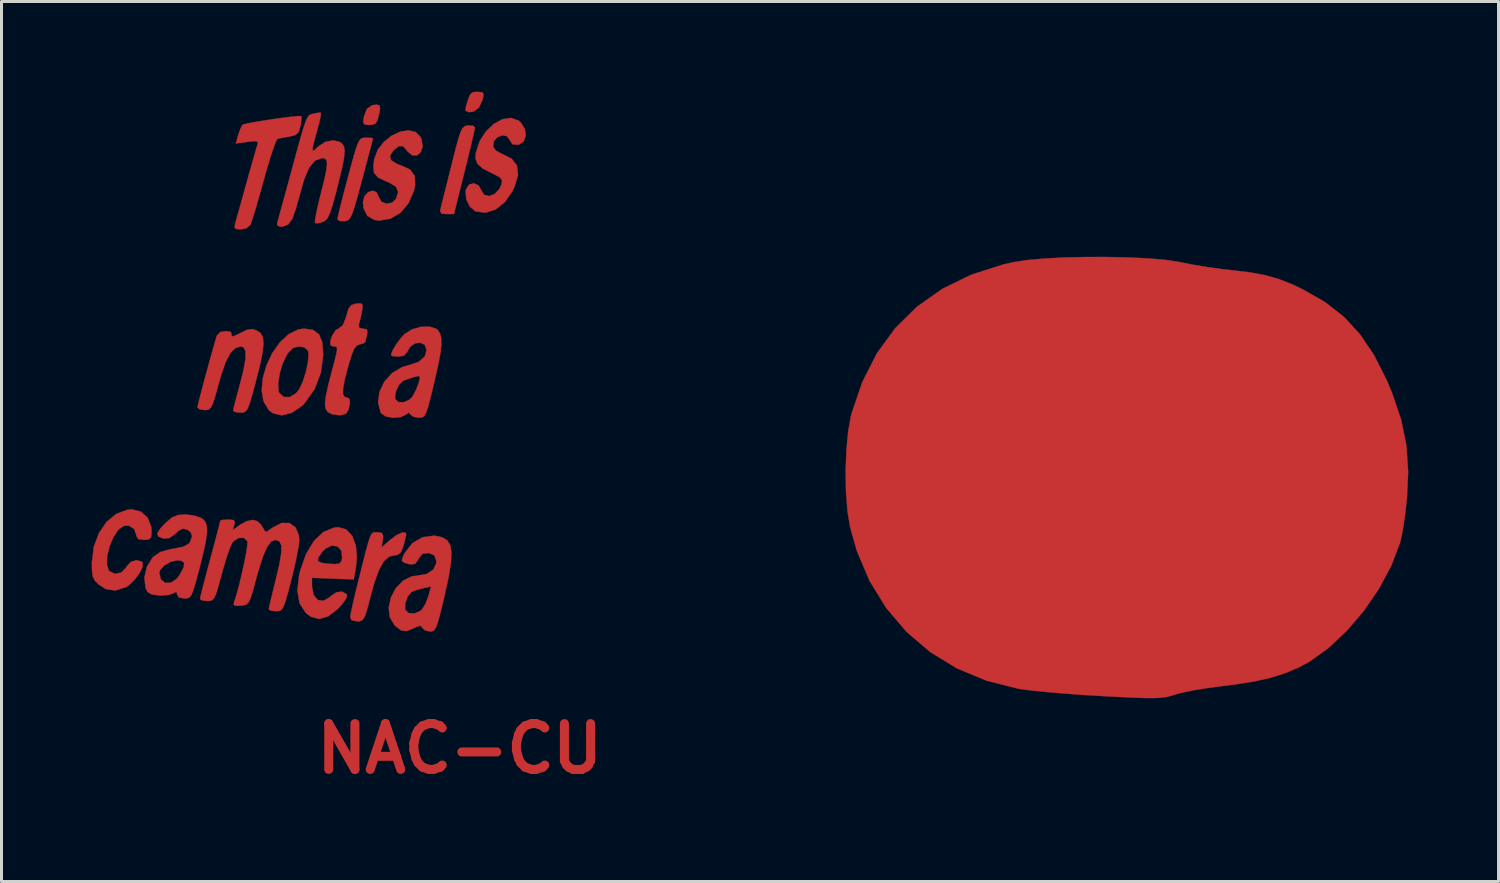
<source format=kicad_pcb>
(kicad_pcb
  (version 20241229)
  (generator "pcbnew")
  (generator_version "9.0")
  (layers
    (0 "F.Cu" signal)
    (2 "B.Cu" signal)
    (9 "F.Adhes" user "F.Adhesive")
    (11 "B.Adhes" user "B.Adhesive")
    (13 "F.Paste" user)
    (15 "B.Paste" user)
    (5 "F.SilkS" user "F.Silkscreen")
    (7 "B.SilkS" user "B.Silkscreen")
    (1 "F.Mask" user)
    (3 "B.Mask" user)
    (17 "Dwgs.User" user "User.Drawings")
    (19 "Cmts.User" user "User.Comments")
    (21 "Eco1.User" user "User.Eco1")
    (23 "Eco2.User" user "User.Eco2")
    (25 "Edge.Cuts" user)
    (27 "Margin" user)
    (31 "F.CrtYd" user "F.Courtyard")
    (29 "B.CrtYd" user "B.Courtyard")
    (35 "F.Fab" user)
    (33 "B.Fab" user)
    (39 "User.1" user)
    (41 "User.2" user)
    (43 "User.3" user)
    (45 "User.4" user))
  (footprint "NAC-CU"
    (layer "F.Cu")
    (at 12.237 21.849)
    (property "Reference" "NAC-CU" (at 0 0 0) (layer "F.Cu") (effects (font (size 1.524 1.524) (thickness 0.3))))
    (attr through_hole)
    (fp_poly (pts (xy -2.665 -21.394) (xy -2.646 -21.285) (xy -2.67 -21.145) (xy -2.731 -20.904) (xy -2.802 -20.785) (xy -2.921 -20.746) (xy -3.021 -20.743) (xy -3.167 -20.76) (xy -3.209 -20.844) (xy -3.184 -21.014) (xy -3.087 -21.276) (xy -2.914 -21.4) (xy -2.766 -21.419) (xy -2.665 -21.394)) (stroke (width 0.01) (type solid)) (fill yes) (layer "F.Cu"))
    (fp_poly (pts (xy 0.754 -21.832) (xy 0.799 -21.762) (xy 0.76 -21.583) (xy 0.758 -21.575) (xy 0.637 -21.31) (xy 0.452 -21.186) (xy 0.312 -21.168) (xy 0.198 -21.215) (xy 0.199 -21.315) (xy 0.282 -21.599) (xy 0.348 -21.758) (xy 0.425 -21.827) (xy 0.54 -21.844) (xy 0.592 -21.844) (xy 0.754 -21.832)) (stroke (width 0.01) (type solid)) (fill yes) (layer "F.Cu"))
    (fp_poly (pts (xy 0.446 -20.718) (xy 0.508 -20.663) (xy 0.488 -20.553) (xy 0.434 -20.309) (xy 0.351 -19.959) (xy 0.247 -19.532) (xy 0.159 -19.175) (xy -0.19 -17.78) (xy -0.435 -17.78) (xy -0.605 -17.796) (xy -0.648 -17.879) (xy -0.622 -18.013) (xy -0.581 -18.176) (xy -0.507 -18.468) (xy -0.411 -18.852) (xy -0.301 -19.292) (xy -0.255 -19.473) (xy -0.136 -19.946) (xy -0.045 -20.28) (xy 0.027 -20.499) (xy 0.091 -20.629) (xy 0.158 -20.695) (xy 0.239 -20.722) (xy 0.28 -20.728) (xy 0.446 -20.718)) (stroke (width 0.01) (type solid)) (fill yes) (layer "F.Cu"))
    (fp_poly (pts (xy -2.948 -20.314) (xy -2.881 -20.299) (xy -2.902 -20.214) (xy -2.96 -19.994) (xy -3.048 -19.664) (xy -3.157 -19.254) (xy -3.245 -18.923) (xy -3.38 -18.423) (xy -3.482 -18.064) (xy -3.561 -17.821) (xy -3.629 -17.67) (xy -3.694 -17.589) (xy -3.767 -17.553) (xy -3.835 -17.542) (xy -4.005 -17.552) (xy -4.064 -17.611) (xy -4.043 -17.723) (xy -3.985 -17.967) (xy -3.897 -18.315) (xy -3.787 -18.735) (xy -3.713 -19.014) (xy -3.581 -19.502) (xy -3.482 -19.851) (xy -3.405 -20.083) (xy -3.34 -20.222) (xy -3.276 -20.292) (xy -3.202 -20.317) (xy -3.12 -20.32) (xy -2.948 -20.314)) (stroke (width 0.01) (type solid)) (fill yes) (layer "F.Cu"))
    (fp_poly (pts (xy -2.77 -7.197) (xy -2.739 -7.197) (xy -2.588 -7.176) (xy -2.545 -7.079) (xy -2.557 -6.947) (xy -2.594 -6.698) (xy -2.31 -6.947) (xy -2.09 -7.11) (xy -1.907 -7.192) (xy -1.796 -7.182) (xy -1.778 -7.133) (xy -1.8 -7.017) (xy -1.852 -6.809) (xy -1.867 -6.752) (xy -1.952 -6.534) (xy -2.066 -6.444) (xy -2.148 -6.435) (xy -2.35 -6.385) (xy -2.526 -6.227) (xy -2.685 -5.942) (xy -2.838 -5.516) (xy -2.943 -5.137) (xy -3.046 -4.742) (xy -3.123 -4.483) (xy -3.189 -4.331) (xy -3.259 -4.258) (xy -3.346 -4.235) (xy -3.407 -4.233) (xy -3.596 -4.275) (xy -3.641 -4.365) (xy -3.621 -4.495) (xy -3.567 -4.752) (xy -3.487 -5.1) (xy -3.389 -5.503) (xy -3.382 -5.529) (xy -3.241 -6.093) (xy -3.135 -6.513) (xy -3.055 -6.811) (xy -2.993 -7.008) (xy -2.942 -7.124) (xy -2.893 -7.18) (xy -2.838 -7.198) (xy -2.77 -7.197)) (stroke (width 0.01) (type solid)) (fill yes) (layer "F.Cu"))
    (fp_poly (pts (xy -4.872 -13.925) (xy -4.674 -13.778) (xy -4.567 -13.511) (xy -4.538 -13.106) (xy -4.538 -13.093) (xy -4.619 -12.493) (xy -4.832 -11.944) (xy -5.159 -11.486) (xy -5.26 -11.388) (xy -5.59 -11.166) (xy -5.914 -11.086) (xy -6.205 -11.152) (xy -6.345 -11.256) (xy -6.521 -11.544) (xy -6.584 -11.91) (xy -6.562 -12.153) (xy -6.036 -12.153) (xy -6.025 -11.903) (xy -6.001 -11.834) (xy -5.852 -11.698) (xy -5.653 -11.694) (xy -5.449 -11.814) (xy -5.335 -11.957) (xy -5.213 -12.216) (xy -5.112 -12.537) (xy -5.045 -12.859) (xy -5.025 -13.124) (xy -5.044 -13.236) (xy -5.17 -13.348) (xy -5.336 -13.377) (xy -5.536 -13.331) (xy -5.702 -13.166) (xy -5.751 -13.091) (xy -5.887 -12.805) (xy -5.986 -12.473) (xy -6.036 -12.153) (xy -6.562 -12.153) (xy -6.547 -12.323) (xy -6.425 -12.75) (xy -6.231 -13.158) (xy -5.98 -13.515) (xy -5.686 -13.788) (xy -5.362 -13.945) (xy -5.175 -13.97) (xy -4.872 -13.925)) (stroke (width 0.01) (type solid)) (fill yes) (layer "F.Cu"))
    (fp_poly (pts (xy -10.597 -7.883) (xy -10.374 -7.677) (xy -10.256 -7.371) (xy -10.245 -7.228) (xy -10.26 -7.034) (xy -10.338 -6.956) (xy -10.499 -6.943) (xy -10.687 -6.971) (xy -10.751 -7.072) (xy -10.753 -7.102) (xy -10.824 -7.305) (xy -10.999 -7.416) (xy -11.173 -7.409) (xy -11.353 -7.279) (xy -11.514 -7.037) (xy -11.642 -6.733) (xy -11.72 -6.414) (xy -11.735 -6.129) (xy -11.669 -5.926) (xy -11.652 -5.906) (xy -11.459 -5.814) (xy -11.252 -5.86) (xy -11.088 -6.032) (xy -11.071 -6.065) (xy -10.939 -6.209) (xy -10.754 -6.269) (xy -10.588 -6.23) (xy -10.54 -6.179) (xy -10.544 -6.045) (xy -10.642 -5.846) (xy -10.799 -5.631) (xy -10.983 -5.449) (xy -11.095 -5.374) (xy -11.45 -5.26) (xy -11.77 -5.308) (xy -11.997 -5.454) (xy -12.129 -5.585) (xy -12.2 -5.726) (xy -12.228 -5.934) (xy -12.232 -6.195) (xy -12.169 -6.708) (xy -12 -7.166) (xy -11.744 -7.542) (xy -11.419 -7.811) (xy -11.046 -7.947) (xy -10.897 -7.959) (xy -10.597 -7.883)) (stroke (width 0.01) (type solid)) (fill yes) (layer "F.Cu"))
    (fp_poly (pts (xy -3.769 -7.29) (xy -3.574 -7.078) (xy -3.452 -6.757) (xy -3.417 -6.353) (xy -3.453 -6.011) (xy -3.522 -5.63) (xy -4.216 -5.656) (xy -4.911 -5.682) (xy -4.911 -5.398) (xy -4.858 -5.111) (xy -4.722 -4.946) (xy -4.531 -4.917) (xy -4.317 -5.038) (xy -4.272 -5.084) (xy -4.093 -5.203) (xy -3.904 -5.223) (xy -3.766 -5.142) (xy -3.745 -5.099) (xy -3.781 -4.984) (xy -3.911 -4.802) (xy -4.046 -4.654) (xy -4.373 -4.4) (xy -4.677 -4.313) (xy -4.961 -4.393) (xy -5.121 -4.52) (xy -5.324 -4.835) (xy -5.397 -5.246) (xy -5.342 -5.759) (xy -5.302 -5.927) (xy -5.193 -6.236) (xy -4.713 -6.236) (xy -4.578 -6.179) (xy -4.424 -6.158) (xy -4.151 -6.138) (xy -4.002 -6.156) (xy -3.934 -6.23) (xy -3.909 -6.34) (xy -3.933 -6.583) (xy -4.06 -6.725) (xy -4.25 -6.755) (xy -4.46 -6.658) (xy -4.566 -6.55) (xy -4.705 -6.349) (xy -4.713 -6.236) (xy -5.193 -6.236) (xy -5.107 -6.477) (xy -4.848 -6.907) (xy -4.537 -7.204) (xy -4.185 -7.351) (xy -4.029 -7.366) (xy -3.769 -7.29)) (stroke (width 0.01) (type solid)) (fill yes) (layer "F.Cu"))
    (fp_poly (pts (xy -1.467 -20.51) (xy -1.299 -20.342) (xy -1.273 -20.284) (xy -1.231 -20.035) (xy -1.29 -19.842) (xy -1.416 -19.732) (xy -1.576 -19.731) (xy -1.738 -19.865) (xy -1.758 -19.897) (xy -1.888 -20.041) (xy -2.029 -20.035) (xy -2.199 -19.899) (xy -2.319 -19.717) (xy -2.276 -19.566) (xy -2.07 -19.441) (xy -1.939 -19.396) (xy -1.644 -19.257) (xy -1.495 -19.048) (xy -1.48 -18.749) (xy -1.519 -18.56) (xy -1.699 -18.141) (xy -1.97 -17.822) (xy -2.305 -17.623) (xy -2.677 -17.564) (xy -2.836 -17.586) (xy -3.069 -17.718) (xy -3.197 -17.972) (xy -3.217 -18.168) (xy -3.166 -18.375) (xy -3.043 -18.51) (xy -2.892 -18.558) (xy -2.76 -18.503) (xy -2.694 -18.352) (xy -2.603 -18.191) (xy -2.432 -18.125) (xy -2.245 -18.161) (xy -2.117 -18.287) (xy -2.046 -18.51) (xy -2.113 -18.681) (xy -2.332 -18.822) (xy -2.455 -18.872) (xy -2.718 -18.997) (xy -2.849 -19.154) (xy -2.872 -19.39) (xy -2.841 -19.606) (xy -2.725 -19.916) (xy -2.522 -20.181) (xy -2.264 -20.386) (xy -1.981 -20.518) (xy -1.705 -20.564) (xy -1.467 -20.51)) (stroke (width 0.01) (type solid)) (fill yes) (layer "F.Cu"))
    (fp_poly (pts (xy -5.265 -21.037) (xy -5.265 -21.037) (xy -5.262 -20.948) (xy -5.287 -20.757) (xy -5.295 -20.712) (xy -5.355 -20.504) (xy -5.47 -20.404) (xy -5.661 -20.358) (xy -5.889 -20.317) (xy -6.046 -20.283) (xy -6.059 -20.28) (xy -6.11 -20.193) (xy -6.195 -19.97) (xy -6.303 -19.639) (xy -6.427 -19.228) (xy -6.516 -18.911) (xy -6.645 -18.449) (xy -6.763 -18.037) (xy -6.862 -17.706) (xy -6.933 -17.487) (xy -6.959 -17.42) (xy -7.104 -17.302) (xy -7.278 -17.272) (xy -7.441 -17.283) (xy -7.488 -17.351) (xy -7.45 -17.525) (xy -7.444 -17.547) (xy -7.391 -17.732) (xy -7.305 -18.039) (xy -7.196 -18.428) (xy -7.077 -18.857) (xy -7.063 -18.91) (xy -6.947 -19.323) (xy -6.845 -19.683) (xy -6.766 -19.955) (xy -6.72 -20.104) (xy -6.716 -20.116) (xy -6.72 -20.185) (xy -6.825 -20.205) (xy -7.058 -20.181) (xy -7.445 -20.128) (xy -7.365 -20.409) (xy -7.292 -20.616) (xy -7.224 -20.745) (xy -7.219 -20.75) (xy -7.119 -20.781) (xy -6.895 -20.826) (xy -6.589 -20.878) (xy -6.241 -20.931) (xy -5.893 -20.98) (xy -5.587 -21.018) (xy -5.364 -21.039) (xy -5.265 -21.037)) (stroke (width 0.01) (type solid)) (fill yes) (layer "F.Cu"))
    (fp_poly (pts (xy 1.956 -20.892) (xy 2.028 -20.832) (xy 2.167 -20.614) (xy 2.199 -20.384) (xy 2.129 -20.192) (xy 1.965 -20.087) (xy 1.937 -20.083) (xy 1.754 -20.101) (xy 1.67 -20.231) (xy 1.572 -20.371) (xy 1.417 -20.399) (xy 1.256 -20.336) (xy 1.138 -20.201) (xy 1.115 -20.014) (xy 1.209 -19.887) (xy 1.396 -19.787) (xy 1.397 -19.787) (xy 1.728 -19.623) (xy 1.908 -19.389) (xy 1.941 -19.079) (xy 1.826 -18.689) (xy 1.757 -18.544) (xy 1.505 -18.179) (xy 1.199 -17.934) (xy 0.866 -17.826) (xy 0.534 -17.868) (xy 0.528 -17.87) (xy 0.34 -18.024) (xy 0.22 -18.273) (xy 0.198 -18.549) (xy 0.209 -18.602) (xy 0.313 -18.762) (xy 0.475 -18.804) (xy 0.631 -18.731) (xy 0.712 -18.584) (xy 0.814 -18.42) (xy 0.978 -18.378) (xy 1.161 -18.446) (xy 1.321 -18.613) (xy 1.395 -18.777) (xy 1.409 -18.903) (xy 1.337 -18.999) (xy 1.147 -19.103) (xy 1.076 -19.136) (xy 0.76 -19.298) (xy 0.584 -19.459) (xy 0.524 -19.649) (xy 0.541 -19.832) (xy 0.666 -20.208) (xy 0.873 -20.529) (xy 1.133 -20.777) (xy 1.419 -20.933) (xy 1.703 -20.978) (xy 1.956 -20.892)) (stroke (width 0.01) (type solid)) (fill yes) (layer "F.Cu"))
    (fp_poly (pts (xy -6.741 -13.905) (xy -6.616 -13.818) (xy -6.544 -13.679) (xy -6.524 -13.466) (xy -6.559 -13.157) (xy -6.647 -12.732) (xy -6.787 -12.181) (xy -6.9 -11.761) (xy -6.984 -11.479) (xy -7.052 -11.306) (xy -7.119 -11.216) (xy -7.197 -11.181) (xy -7.295 -11.176) (xy -7.467 -11.195) (xy -7.534 -11.239) (xy -7.513 -11.344) (xy -7.455 -11.572) (xy -7.372 -11.883) (xy -7.323 -12.064) (xy -7.19 -12.587) (xy -7.123 -12.967) (xy -7.122 -13.216) (xy -7.185 -13.348) (xy -7.278 -13.377) (xy -7.462 -13.324) (xy -7.627 -13.156) (xy -7.783 -12.855) (xy -7.937 -12.409) (xy -8.013 -12.14) (xy -8.12 -11.752) (xy -8.2 -11.499) (xy -8.268 -11.352) (xy -8.34 -11.283) (xy -8.431 -11.262) (xy -8.485 -11.261) (xy -8.655 -11.289) (xy -8.721 -11.352) (xy -8.699 -11.456) (xy -8.641 -11.688) (xy -8.556 -12.014) (xy -8.453 -12.398) (xy -8.341 -12.806) (xy -8.231 -13.202) (xy -8.131 -13.553) (xy -8.076 -13.737) (xy -7.957 -13.858) (xy -7.786 -13.885) (xy -7.614 -13.862) (xy -7.582 -13.782) (xy -7.588 -13.761) (xy -7.579 -13.704) (xy -7.463 -13.738) (xy -7.299 -13.821) (xy -7.067 -13.932) (xy -6.902 -13.956) (xy -6.741 -13.905)) (stroke (width 0.01) (type solid)) (fill yes) (layer "F.Cu"))
    (fp_poly (pts (xy -3.226 -14.753) (xy -3.242 -14.587) (xy -3.254 -14.521) (xy -3.305 -14.282) (xy -3.353 -14.105) (xy -3.358 -14.091) (xy -3.339 -13.993) (xy -3.217 -13.97) (xy -3.081 -13.941) (xy -3.069 -13.821) (xy -3.079 -13.78) (xy -3.12 -13.607) (xy -3.132 -13.531) (xy -3.204 -13.476) (xy -3.321 -13.447) (xy -3.423 -13.407) (xy -3.508 -13.299) (xy -3.593 -13.091) (xy -3.697 -12.751) (xy -3.699 -12.742) (xy -3.818 -12.29) (xy -3.877 -11.978) (xy -3.879 -11.786) (xy -3.824 -11.697) (xy -3.768 -11.684) (xy -3.666 -11.642) (xy -3.649 -11.497) (xy -3.694 -11.282) (xy -3.776 -11.141) (xy -3.952 -11.093) (xy -4.015 -11.091) (xy -4.236 -11.121) (xy -4.386 -11.193) (xy -4.454 -11.299) (xy -4.479 -11.454) (xy -4.457 -11.688) (xy -4.386 -12.029) (xy -4.276 -12.461) (xy -4.17 -12.858) (xy -4.105 -13.12) (xy -4.078 -13.275) (xy -4.087 -13.35) (xy -4.129 -13.375) (xy -4.191 -13.377) (xy -4.294 -13.41) (xy -4.307 -13.528) (xy -4.238 -13.746) (xy -4.126 -13.915) (xy -4.009 -13.984) (xy -3.88 -14.094) (xy -3.776 -14.361) (xy -3.768 -14.394) (xy -3.696 -14.634) (xy -3.605 -14.753) (xy -3.458 -14.799) (xy -3.436 -14.802) (xy -3.281 -14.81) (xy -3.226 -14.753)) (stroke (width 0.01) (type solid)) (fill yes) (layer "F.Cu"))
    (fp_poly (pts (xy -4.61 -21.148) (xy -4.618 -21.06) (xy -4.664 -20.852) (xy -4.737 -20.567) (xy -4.747 -20.532) (xy -4.843 -20.181) (xy -4.891 -19.972) (xy -4.89 -19.886) (xy -4.837 -19.902) (xy -4.731 -19.999) (xy -4.703 -20.028) (xy -4.466 -20.182) (xy -4.203 -20.233) (xy -3.974 -20.175) (xy -3.894 -20.108) (xy -3.844 -20.015) (xy -3.826 -19.877) (xy -3.843 -19.67) (xy -3.899 -19.37) (xy -3.997 -18.953) (xy -4.118 -18.476) (xy -4.227 -18.075) (xy -4.315 -17.809) (xy -4.394 -17.645) (xy -4.481 -17.554) (xy -4.556 -17.516) (xy -4.727 -17.472) (xy -4.811 -17.483) (xy -4.81 -17.579) (xy -4.771 -17.802) (xy -4.702 -18.118) (xy -4.63 -18.407) (xy -4.51 -18.885) (xy -4.438 -19.224) (xy -4.412 -19.446) (xy -4.43 -19.574) (xy -4.493 -19.632) (xy -4.572 -19.643) (xy -4.806 -19.56) (xy -5.009 -19.32) (xy -5.172 -18.931) (xy -5.191 -18.868) (xy -5.292 -18.508) (xy -5.404 -18.111) (xy -5.453 -17.937) (xy -5.567 -17.617) (xy -5.702 -17.435) (xy -5.887 -17.362) (xy -5.982 -17.357) (xy -6.071 -17.415) (xy -6.063 -17.505) (xy -6.026 -17.635) (xy -5.954 -17.897) (xy -5.855 -18.257) (xy -5.738 -18.685) (xy -5.673 -18.923) (xy -5.498 -19.568) (xy -5.361 -20.069) (xy -5.255 -20.445) (xy -5.173 -20.713) (xy -5.108 -20.894) (xy -5.054 -21.005) (xy -5.003 -21.067) (xy -4.948 -21.096) (xy -4.883 -21.113) (xy -4.859 -21.119) (xy -4.687 -21.152) (xy -4.61 -21.148)) (stroke (width 0.01) (type solid)) (fill yes) (layer "F.Cu"))
    (fp_poly (pts (xy -0.768 -13.959) (xy -0.735 -13.931) (xy -0.652 -13.813) (xy -0.609 -13.651) (xy -0.608 -13.419) (xy -0.65 -13.094) (xy -0.738 -12.653) (xy -0.859 -12.129) (xy -0.967 -11.68) (xy -1.048 -11.37) (xy -1.114 -11.174) (xy -1.175 -11.065) (xy -1.243 -11.018) (xy -1.33 -11.007) (xy -1.361 -11.007) (xy -1.545 -11.041) (xy -1.633 -11.113) (xy -1.69 -11.176) (xy -1.784 -11.113) (xy -1.972 -11.023) (xy -2.22 -11.004) (xy -2.457 -11.05) (xy -2.613 -11.156) (xy -2.622 -11.17) (xy -2.714 -11.508) (xy -2.692 -11.683) (xy -2.15 -11.683) (xy -2.139 -11.62) (xy -2.033 -11.525) (xy -1.856 -11.524) (xy -1.67 -11.608) (xy -1.565 -11.716) (xy -1.442 -11.953) (xy -1.36 -12.173) (xy -1.319 -12.347) (xy -1.36 -12.397) (xy -1.511 -12.362) (xy -1.735 -12.289) (xy -1.878 -12.236) (xy -2.013 -12.109) (xy -2.115 -11.897) (xy -2.15 -11.683) (xy -2.692 -11.683) (xy -2.668 -11.866) (xy -2.505 -12.207) (xy -2.244 -12.495) (xy -1.908 -12.694) (xy -1.706 -12.751) (xy -1.367 -12.863) (xy -1.16 -13.047) (xy -1.101 -13.254) (xy -1.159 -13.429) (xy -1.303 -13.504) (xy -1.481 -13.482) (xy -1.646 -13.368) (xy -1.736 -13.208) (xy -1.847 -13.073) (xy -2.038 -13.039) (xy -2.214 -13.052) (xy -2.286 -13.085) (xy -2.235 -13.235) (xy -2.109 -13.45) (xy -1.947 -13.668) (xy -1.834 -13.789) (xy -1.586 -13.945) (xy -1.286 -14.03) (xy -0.993 -14.037) (xy -0.768 -13.959)) (stroke (width 0.01) (type solid)) (fill yes) (layer "F.Cu"))
    (fp_poly (pts (xy -8.847 -7.758) (xy -8.608 -7.679) (xy -8.562 -7.652) (xy -8.464 -7.556) (xy -8.41 -7.419) (xy -8.4 -7.218) (xy -8.436 -6.929) (xy -8.521 -6.529) (xy -8.655 -5.994) (xy -8.678 -5.905) (xy -8.784 -5.509) (xy -8.864 -5.249) (xy -8.931 -5.096) (xy -9.001 -5.021) (xy -9.088 -4.997) (xy -9.158 -4.995) (xy -9.347 -5.033) (xy -9.398 -5.133) (xy -9.422 -5.222) (xy -9.519 -5.17) (xy -9.675 -5.113) (xy -9.918 -5.093) (xy -10.004 -5.096) (xy -10.247 -5.131) (xy -10.378 -5.211) (xy -10.445 -5.342) (xy -10.486 -5.685) (xy -10.449 -5.849) (xy -9.991 -5.849) (xy -9.934 -5.623) (xy -9.79 -5.512) (xy -9.6 -5.523) (xy -9.404 -5.657) (xy -9.312 -5.779) (xy -9.178 -6.034) (xy -9.162 -6.186) (xy -9.268 -6.255) (xy -9.398 -6.265) (xy -9.616 -6.214) (xy -9.826 -6.09) (xy -9.965 -5.935) (xy -9.991 -5.849) (xy -10.449 -5.849) (xy -10.403 -6.048) (xy -10.216 -6.354) (xy -10.194 -6.378) (xy -9.959 -6.541) (xy -9.627 -6.635) (xy -9.516 -6.651) (xy -9.185 -6.718) (xy -9.002 -6.821) (xy -8.972 -6.862) (xy -8.897 -7.07) (xy -8.953 -7.209) (xy -9.06 -7.282) (xy -9.2 -7.321) (xy -9.34 -7.254) (xy -9.445 -7.157) (xy -9.647 -7.006) (xy -9.841 -6.988) (xy -9.868 -6.994) (xy -10.025 -7.058) (xy -10.058 -7.157) (xy -9.961 -7.315) (xy -9.787 -7.501) (xy -9.57 -7.689) (xy -9.363 -7.772) (xy -9.129 -7.789) (xy -8.847 -7.758)) (stroke (width 0.01) (type solid)) (fill yes) (layer "F.Cu"))
    (fp_poly (pts (xy -0.807 -7.08) (xy -0.577 -7.029) (xy -0.413 -6.931) (xy -0.312 -6.767) (xy -0.272 -6.519) (xy -0.292 -6.169) (xy -0.369 -5.699) (xy -0.501 -5.091) (xy -0.548 -4.889) (xy -0.651 -4.47) (xy -0.729 -4.188) (xy -0.794 -4.017) (xy -0.858 -3.929) (xy -0.934 -3.898) (xy -0.988 -3.895) (xy -1.162 -3.939) (xy -1.236 -4.014) (xy -1.291 -4.086) (xy -1.401 -4.066) (xy -1.509 -4.014) (xy -1.756 -3.913) (xy -1.94 -3.929) (xy -2.132 -4.072) (xy -2.163 -4.102) (xy -2.325 -4.372) (xy -2.354 -4.632) (xy -1.814 -4.632) (xy -1.809 -4.615) (xy -1.692 -4.509) (xy -1.503 -4.499) (xy -1.31 -4.58) (xy -1.249 -4.636) (xy -1.138 -4.818) (xy -1.042 -5.064) (xy -1.034 -5.09) (xy -0.951 -5.396) (xy -1.228 -5.334) (xy -1.449 -5.273) (xy -1.601 -5.212) (xy -1.604 -5.21) (xy -1.729 -5.058) (xy -1.81 -4.834) (xy -1.814 -4.632) (xy -2.354 -4.632) (xy -2.361 -4.693) (xy -2.288 -5.028) (xy -2.124 -5.338) (xy -1.885 -5.586) (xy -1.59 -5.733) (xy -1.404 -5.757) (xy -1.094 -5.812) (xy -0.874 -5.959) (xy -0.778 -6.172) (xy -0.778 -6.252) (xy -0.841 -6.429) (xy -1.007 -6.5) (xy -1.036 -6.504) (xy -1.23 -6.485) (xy -1.352 -6.345) (xy -1.37 -6.308) (xy -1.473 -6.152) (xy -1.616 -6.125) (xy -1.688 -6.14) (xy -1.87 -6.194) (xy -1.927 -6.265) (xy -1.878 -6.406) (xy -1.822 -6.515) (xy -1.573 -6.836) (xy -1.237 -7.033) (xy -0.854 -7.084) (xy -0.807 -7.08)) (stroke (width 0.01) (type solid)) (fill yes) (layer "F.Cu"))
    (fp_poly (pts (xy 22.222 -16.338) (xy 22.879 -16.307) (xy 23.448 -16.259) (xy 23.893 -16.195) (xy 23.985 -16.176) (xy 24.381 -16.096) (xy 24.871 -16.015) (xy 25.379 -15.946) (xy 25.66 -15.915) (xy 26.282 -15.841) (xy 26.791 -15.747) (xy 27.244 -15.618) (xy 27.697 -15.439) (xy 28.057 -15.268) (xy 28.785 -14.85) (xy 29.407 -14.362) (xy 29.943 -13.782) (xy 30.411 -13.088) (xy 30.83 -12.259) (xy 31.018 -11.809) (xy 31.315 -10.928) (xy 31.487 -10.077) (xy 31.544 -9.198) (xy 31.507 -8.382) (xy 31.46 -7.923) (xy 31.399 -7.478) (xy 31.334 -7.099) (xy 31.278 -6.858) (xy 30.985 -6.089) (xy 30.576 -5.323) (xy 30.074 -4.59) (xy 29.504 -3.921) (xy 28.889 -3.344) (xy 28.254 -2.889) (xy 27.898 -2.698) (xy 27.442 -2.508) (xy 26.962 -2.357) (xy 26.418 -2.235) (xy 25.768 -2.133) (xy 25.315 -2.077) (xy 24.857 -2.016) (xy 24.412 -1.943) (xy 24.033 -1.865) (xy 23.791 -1.8) (xy 23.634 -1.751) (xy 23.48 -1.715) (xy 23.304 -1.693) (xy 23.082 -1.683) (xy 22.787 -1.685) (xy 22.395 -1.698) (xy 21.881 -1.723) (xy 21.336 -1.752) (xy 20.719 -1.789) (xy 20.109 -1.834) (xy 19.545 -1.882) (xy 19.061 -1.93) (xy 18.695 -1.976) (xy 18.592 -1.992) (xy 17.52 -2.262) (xy 16.535 -2.672) (xy 15.645 -3.217) (xy 14.86 -3.888) (xy 14.187 -4.678) (xy 13.633 -5.577) (xy 13.208 -6.58) (xy 12.982 -7.378) (xy 12.896 -7.908) (xy 12.848 -8.544) (xy 12.836 -9.231) (xy 12.861 -9.918) (xy 12.921 -10.551) (xy 13.016 -11.078) (xy 13.03 -11.134) (xy 13.393 -12.201) (xy 13.879 -13.154) (xy 14.487 -13.988) (xy 15.213 -14.703) (xy 16.056 -15.295) (xy 17.013 -15.763) (xy 18.081 -16.105) (xy 18.415 -16.18) (xy 18.856 -16.248) (xy 19.421 -16.299) (xy 20.076 -16.334) (xy 20.785 -16.352) (xy 21.512 -16.353) (xy 22.222 -16.338)) (stroke (width 0.01) (type solid)) (fill yes) (layer "F.Cu"))
    (fp_poly (pts (xy -7.522 -7.604) (xy -7.475 -7.535) (xy -7.496 -7.442) (xy -7.552 -7.264) (xy -7.301 -7.449) (xy -7.081 -7.567) (xy -6.877 -7.608) (xy -6.857 -7.606) (xy -6.72 -7.561) (xy -6.603 -7.446) (xy -6.466 -7.218) (xy -6.46 -7.208) (xy -6.391 -7.233) (xy -6.243 -7.336) (xy -6.216 -7.356) (xy -5.925 -7.507) (xy -5.663 -7.505) (xy -5.46 -7.363) (xy -5.347 -7.095) (xy -5.334 -6.936) (xy -5.355 -6.742) (xy -5.412 -6.429) (xy -5.496 -6.038) (xy -5.599 -5.614) (xy -5.6 -5.609) (xy -5.712 -5.181) (xy -5.795 -4.891) (xy -5.862 -4.712) (xy -5.927 -4.616) (xy -6.002 -4.579) (xy -6.101 -4.572) (xy -6.109 -4.572) (xy -6.281 -4.591) (xy -6.35 -4.636) (xy -6.33 -4.738) (xy -6.276 -4.97) (xy -6.197 -5.297) (xy -6.104 -5.672) (xy -5.988 -6.171) (xy -5.931 -6.528) (xy -5.933 -6.764) (xy -5.994 -6.896) (xy -6.116 -6.942) (xy -6.139 -6.943) (xy -6.272 -6.886) (xy -6.404 -6.707) (xy -6.541 -6.392) (xy -6.689 -5.929) (xy -6.765 -5.658) (xy -6.87 -5.272) (xy -6.948 -5.019) (xy -7.017 -4.87) (xy -7.093 -4.796) (xy -7.193 -4.766) (xy -7.279 -4.756) (xy -7.464 -4.751) (xy -7.52 -4.799) (xy -7.501 -4.877) (xy -7.426 -5.109) (xy -7.339 -5.427) (xy -7.251 -5.792) (xy -7.169 -6.161) (xy -7.103 -6.495) (xy -7.062 -6.752) (xy -7.055 -6.891) (xy -7.057 -6.898) (xy -7.172 -7.01) (xy -7.346 -7.009) (xy -7.518 -6.902) (xy -7.569 -6.837) (xy -7.641 -6.677) (xy -7.739 -6.397) (xy -7.848 -6.041) (xy -7.921 -5.779) (xy -8.026 -5.393) (xy -8.104 -5.143) (xy -8.171 -4.999) (xy -8.243 -4.932) (xy -8.337 -4.912) (xy -8.394 -4.911) (xy -8.567 -4.931) (xy -8.636 -4.977) (xy -8.615 -5.078) (xy -8.557 -5.312) (xy -8.47 -5.65) (xy -8.361 -6.061) (xy -8.297 -6.297) (xy -8.18 -6.732) (xy -8.081 -7.106) (xy -8.007 -7.391) (xy -7.965 -7.556) (xy -7.959 -7.586) (xy -7.885 -7.61) (xy -7.706 -7.62) (xy -7.699 -7.62) (xy -7.522 -7.604)) (stroke (width 0.01) (type solid)) (fill yes) (layer "F.Cu")))
  (gr_rect
    (start -3 -3)
    (end 46.786 26.267)
    (stroke (width 0.1) (type default))
    (fill no)
    (layer "Edge.Cuts")))
</source>
